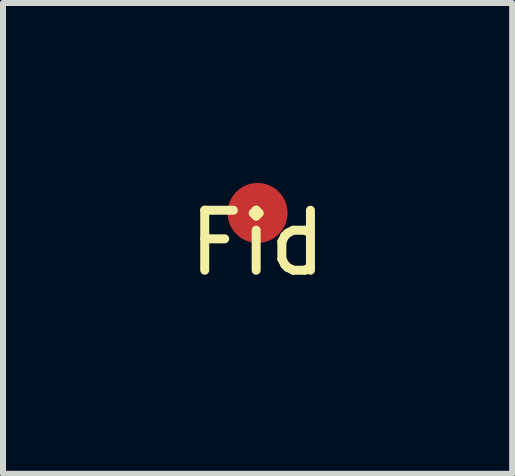
<source format=kicad_pcb>
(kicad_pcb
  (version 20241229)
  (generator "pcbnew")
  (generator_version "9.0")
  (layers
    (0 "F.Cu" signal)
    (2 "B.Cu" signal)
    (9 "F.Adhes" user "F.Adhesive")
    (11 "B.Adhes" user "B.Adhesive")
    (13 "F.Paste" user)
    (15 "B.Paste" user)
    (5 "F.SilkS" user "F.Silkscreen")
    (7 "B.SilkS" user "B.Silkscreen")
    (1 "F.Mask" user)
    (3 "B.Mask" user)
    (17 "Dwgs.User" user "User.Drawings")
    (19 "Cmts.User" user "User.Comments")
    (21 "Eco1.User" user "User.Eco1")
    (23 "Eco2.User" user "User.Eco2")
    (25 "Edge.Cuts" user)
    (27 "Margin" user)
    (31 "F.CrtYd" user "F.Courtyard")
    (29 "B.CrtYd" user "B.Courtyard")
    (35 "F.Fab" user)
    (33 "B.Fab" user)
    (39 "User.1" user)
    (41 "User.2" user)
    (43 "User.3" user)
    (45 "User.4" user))
  (footprint "Fid"
    (layer "F.Cu")
    (at 1.244 0.5)
    (property "Reference" "Fid" (at 0 0.5 0) (layer "F.SilkS") (effects (font (size 1 1) (thickness 0.15))))
    (attr through_hole)
    (pad "1" smd circle (at 0 0) (size 1 1) (layers "F.Cu" "F.Mask" "F.Paste")))
  (gr_rect
    (start -3 -3)
    (end 5.488 4.848)
    (stroke (width 0.1) (type default))
    (fill no)
    (layer "Edge.Cuts")))
</source>
